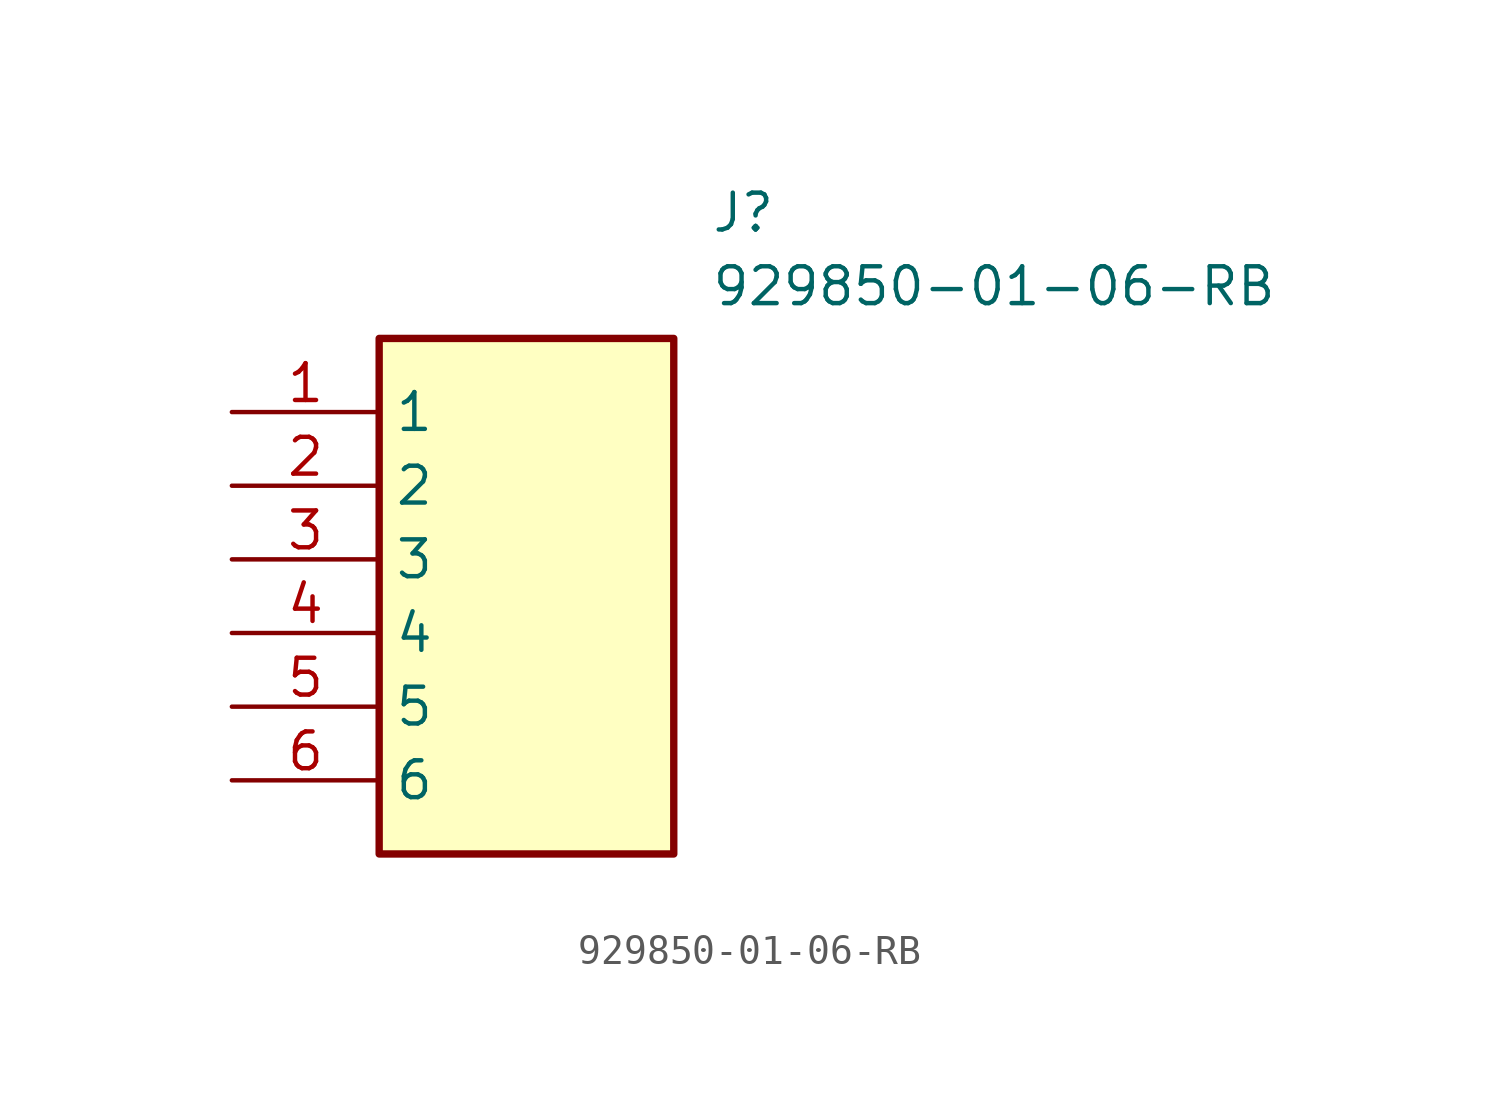
<source format=kicad_sym>
(kicad_symbol_lib
  (version 20211014)
  (generator SamacSys_ECAD_Model)
  (symbol "929850-01-06-RB"
    (property "Reference" "J"
      (at 16.51 7.62 0)
      (effects (font (size 1.27 1.27)) (justify left top)))
    (property "Value" "929850-01-06-RB"
      (at 16.51 5.08 0)
      (effects (font (size 1.27 1.27)) (justify left top)))
    (rectangle
      (start 5.08 2.54)
      (end 15.24 -15.24)
      (stroke (width 0.254) (type default))
      (fill (type background)))
    (pin passive line
      (at 0 0 0)
      (length 5.08)
      (name "1" (effects (font (size 1.27 1.27))))
      (number "1" (effects (font (size 1.27 1.27)))))
    (pin passive line
      (at 0 -2.54 0)
      (length 5.08)
      (name "2" (effects (font (size 1.27 1.27))))
      (number "2" (effects (font (size 1.27 1.27)))))
    (pin passive line
      (at 0 -5.08 0)
      (length 5.08)
      (name "3" (effects (font (size 1.27 1.27))))
      (number "3" (effects (font (size 1.27 1.27)))))
    (pin passive line
      (at 0 -7.62 0)
      (length 5.08)
      (name "4" (effects (font (size 1.27 1.27))))
      (number "4" (effects (font (size 1.27 1.27)))))
    (pin passive line
      (at 0 -10.16 0)
      (length 5.08)
      (name "5" (effects (font (size 1.27 1.27))))
      (number "5" (effects (font (size 1.27 1.27)))))
    (pin passive line
      (at 0 -12.7 0)
      (length 5.08)
      (name "6" (effects (font (size 1.27 1.27))))
      (number "6" (effects (font (size 1.27 1.27)))))))
</source>
